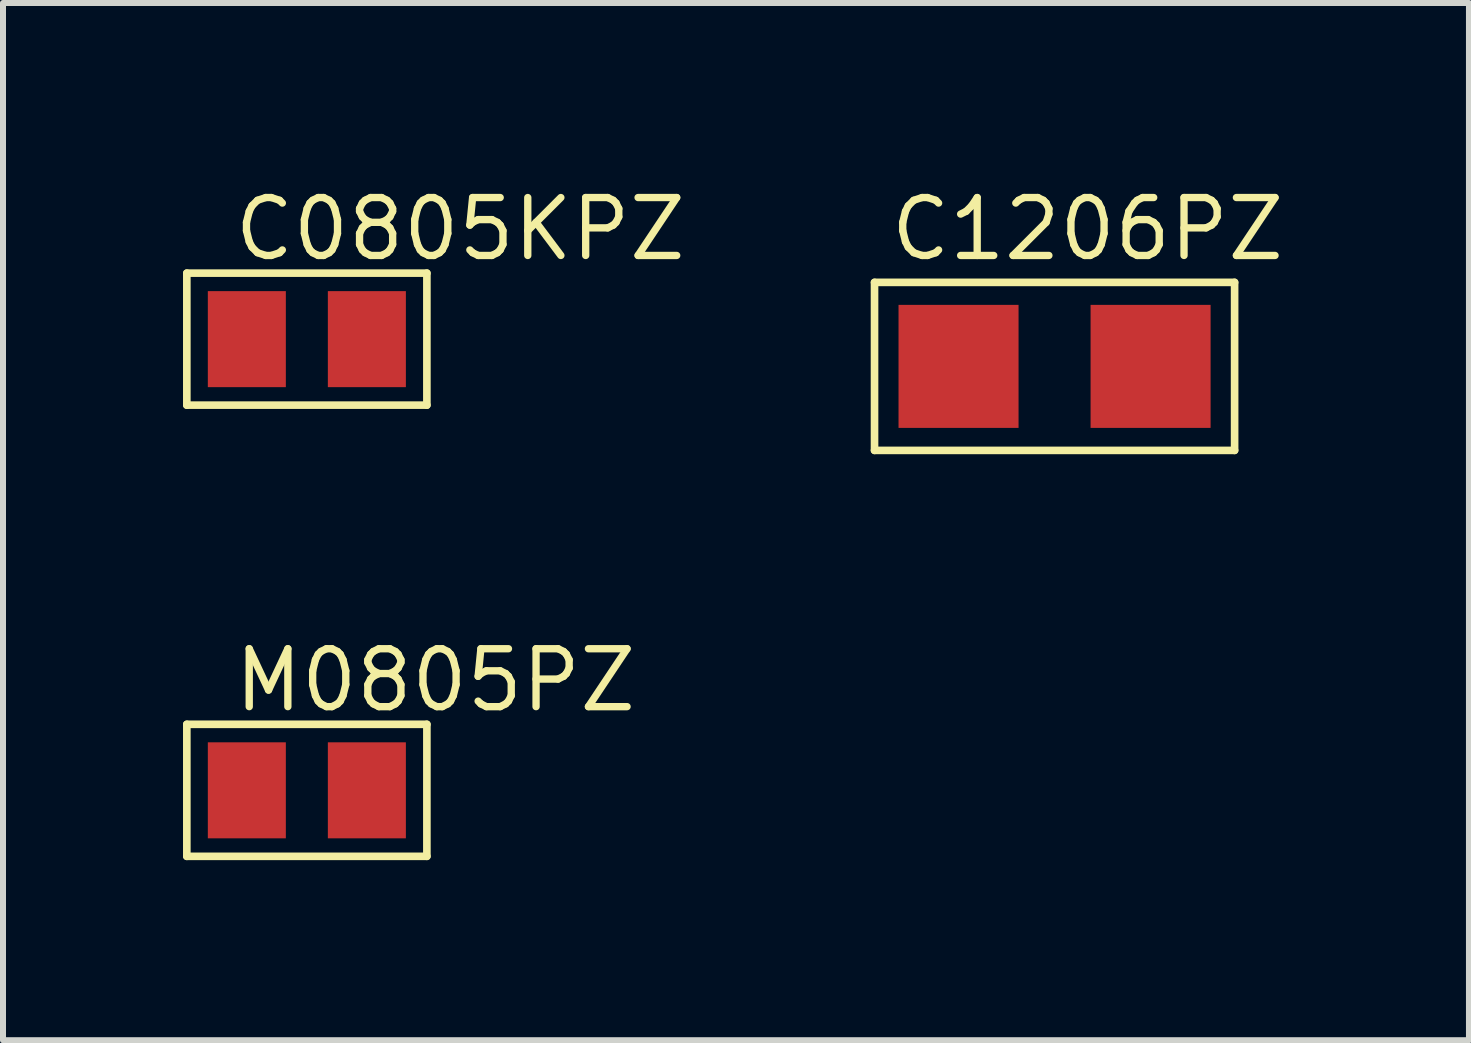
<source format=kicad_pcb>
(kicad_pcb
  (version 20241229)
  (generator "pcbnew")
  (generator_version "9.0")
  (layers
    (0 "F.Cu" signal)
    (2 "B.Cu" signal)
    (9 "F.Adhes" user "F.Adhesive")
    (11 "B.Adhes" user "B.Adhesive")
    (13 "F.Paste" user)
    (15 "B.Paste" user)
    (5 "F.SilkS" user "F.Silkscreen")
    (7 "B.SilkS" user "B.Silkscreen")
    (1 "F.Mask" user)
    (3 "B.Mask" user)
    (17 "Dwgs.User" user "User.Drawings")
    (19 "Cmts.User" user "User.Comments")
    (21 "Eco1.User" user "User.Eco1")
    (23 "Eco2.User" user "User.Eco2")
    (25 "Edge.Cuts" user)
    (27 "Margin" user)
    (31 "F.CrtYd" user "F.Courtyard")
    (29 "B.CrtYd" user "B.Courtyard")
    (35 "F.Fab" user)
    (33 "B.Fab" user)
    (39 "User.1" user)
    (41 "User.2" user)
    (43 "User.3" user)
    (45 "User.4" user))
  (footprint "C0805KPZ"
    (layer "F.Cu")
    (at 2.063 2.601)
    (property "Reference" "C0805KPZ" (at -1.27 -1.27 0) (layer "F.SilkS") (effects (font (size 0.965 0.965) (thickness 0.122)) (justify left bottom)))
    (attr through_hole)
    (fp_line (start -2 -1.1) (end -2 1.1) (stroke (width 0.127) (type solid)) (layer "F.SilkS"))
    (fp_line (start -2 1.1) (end 2 1.1) (stroke (width 0.127) (type solid)) (layer "F.SilkS"))
    (fp_line (start 2 -1.1) (end -2 -1.1) (stroke (width 0.127) (type solid)) (layer "F.SilkS"))
    (fp_line (start 2 1.1) (end 2 -1.1) (stroke (width 0.127) (type solid)) (layer "F.SilkS"))
    (pad "P$1" smd rect (at -1 0) (size 1.3 1.6) (layers "F.Cu" "F.Mask" "F.Paste"))
    (pad "P$2" smd rect (at 1 0) (size 1.3 1.6) (layers "F.Cu" "F.Mask" "F.Paste")))
  (footprint "M0805PZ"
    (layer "F.Cu")
    (at 2.063 10.119)
    (property "Reference" "M0805PZ" (at -1.27 -1.27 0) (layer "F.SilkS") (effects (font (size 0.965 0.965) (thickness 0.122)) (justify left bottom)))
    (attr through_hole)
    (fp_line (start -2 -1.1) (end 2 -1.1) (stroke (width 0.127) (type solid)) (layer "F.SilkS"))
    (fp_line (start -2 1.1) (end -2 -1.1) (stroke (width 0.127) (type solid)) (layer "F.SilkS"))
    (fp_line (start 2 -1.1) (end 2 1.1) (stroke (width 0.127) (type solid)) (layer "F.SilkS"))
    (fp_line (start 2 1.1) (end -2 1.1) (stroke (width 0.127) (type solid)) (layer "F.SilkS"))
    (pad "P$1" smd rect (at -1 0) (size 1.3 1.6) (layers "F.Cu" "F.Mask" "F.Paste"))
    (pad "P$2" smd rect (at 1 0) (size 1.3 1.6) (layers "F.Cu" "F.Mask" "F.Paste")))
  (footprint "C1206PZ"
    (layer "F.Cu")
    (at 14.522 3.055)
    (property "Reference" "C1206PZ" (at -2.794 -1.724 0) (layer "F.SilkS") (effects (font (size 0.965 0.965) (thickness 0.122)) (justify left bottom)))
    (attr through_hole)
    (fp_line (start -3 -1.4) (end -3 1.4) (stroke (width 0.127) (type solid)) (layer "F.SilkS"))
    (fp_line (start -3 -1.4) (end 3 -1.4) (stroke (width 0.127) (type solid)) (layer "F.SilkS"))
    (fp_line (start 3 -1.4) (end 3 1.4) (stroke (width 0.127) (type solid)) (layer "F.SilkS"))
    (fp_line (start 3 1.4) (end -3 1.4) (stroke (width 0.127) (type solid)) (layer "F.SilkS"))
    (pad "P$1" smd rect (at -1.6 0 90) (size 2.05 2) (layers "F.Cu" "F.Mask" "F.Paste"))
    (pad "P$2" smd rect (at 1.6 0 90) (size 2.05 2) (layers "F.Cu" "F.Mask" "F.Paste")))
  (gr_rect
    (start -3 -3)
    (end 21.427 14.283)
    (stroke (width 0.1) (type default))
    (fill no)
    (layer "Edge.Cuts")))
</source>
